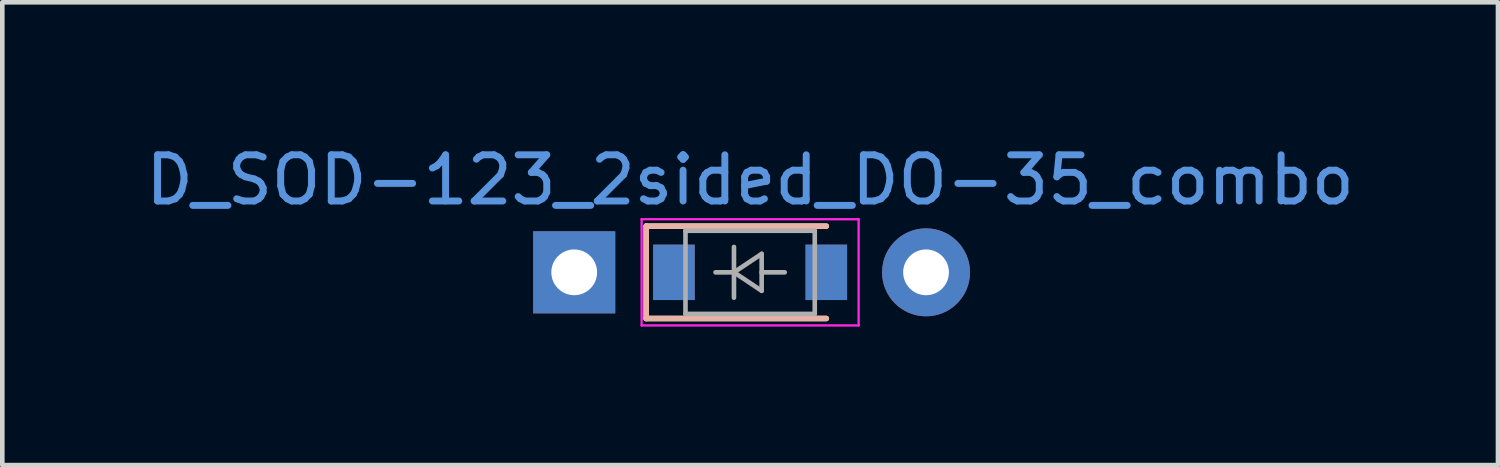
<source format=kicad_pcb>
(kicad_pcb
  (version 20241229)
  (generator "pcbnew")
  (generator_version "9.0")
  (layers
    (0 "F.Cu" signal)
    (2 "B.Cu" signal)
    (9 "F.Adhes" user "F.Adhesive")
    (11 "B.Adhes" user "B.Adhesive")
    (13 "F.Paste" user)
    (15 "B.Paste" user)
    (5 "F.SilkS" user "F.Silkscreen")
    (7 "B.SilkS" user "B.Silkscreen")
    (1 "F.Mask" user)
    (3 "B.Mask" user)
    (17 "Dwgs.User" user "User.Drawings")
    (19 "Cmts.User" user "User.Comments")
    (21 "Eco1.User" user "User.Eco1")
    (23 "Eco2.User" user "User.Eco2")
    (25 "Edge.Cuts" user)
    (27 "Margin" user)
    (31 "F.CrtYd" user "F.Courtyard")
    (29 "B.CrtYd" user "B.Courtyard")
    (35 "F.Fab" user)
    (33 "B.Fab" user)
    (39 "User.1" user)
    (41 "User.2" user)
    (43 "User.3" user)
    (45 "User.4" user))
  (footprint "D_SOD-123_2sided_DO-35_combo"
    (layer "F.Cu")
    (at 13.196 2.848)
    (property "Reference" "D_SOD-123_2sided_DO-35_combo" (at 0 -2 0) (layer "Cmts.User") (effects (font (size 1 1) (thickness 0.15))))
    (attr smd)
    (fp_line (start -2.25 -1) (end -2.25 1) (stroke (width 0.12) (type solid)) (layer "F.SilkS"))
    (fp_line (start -2.25 -1) (end 1.65 -1) (stroke (width 0.12) (type solid)) (layer "F.SilkS"))
    (fp_line (start -2.25 1) (end 1.65 1) (stroke (width 0.12) (type solid)) (layer "F.SilkS"))
    (fp_line (start -2.25 -1) (end -2.25 1) (stroke (width 0.12) (type solid)) (layer "B.SilkS"))
    (fp_line (start -2.25 -1) (end 1.65 -1) (stroke (width 0.12) (type solid)) (layer "B.SilkS"))
    (fp_line (start -2.25 1) (end 1.65 1) (stroke (width 0.12) (type solid)) (layer "B.SilkS"))
    (fp_line (start -2.35 -1.15) (end -2.35 1.15) (stroke (width 0.05) (type solid)) (layer "F.CrtYd"))
    (fp_line (start -2.35 -1.15) (end 2.35 -1.15) (stroke (width 0.05) (type solid)) (layer "F.CrtYd"))
    (fp_line (start 2.35 -1.15) (end 2.35 1.15) (stroke (width 0.05) (type solid)) (layer "F.CrtYd"))
    (fp_line (start 2.35 1.15) (end -2.35 1.15) (stroke (width 0.05) (type solid)) (layer "F.CrtYd"))
    (fp_line (start -1.4 -0.9) (end 1.4 -0.9) (stroke (width 0.1) (type solid)) (layer "F.Fab"))
    (fp_line (start -1.4 0.9) (end -1.4 -0.9) (stroke (width 0.1) (type solid)) (layer "F.Fab"))
    (fp_line (start -0.75 0) (end -0.35 0) (stroke (width 0.1) (type solid)) (layer "F.Fab"))
    (fp_line (start -0.35 0) (end -0.35 -0.55) (stroke (width 0.1) (type solid)) (layer "F.Fab"))
    (fp_line (start -0.35 0) (end -0.35 0.55) (stroke (width 0.1) (type solid)) (layer "F.Fab"))
    (fp_line (start -0.35 0) (end 0.25 -0.4) (stroke (width 0.1) (type solid)) (layer "F.Fab"))
    (fp_line (start 0.25 -0.4) (end 0.25 0.4) (stroke (width 0.1) (type solid)) (layer "F.Fab"))
    (fp_line (start 0.25 0) (end 0.75 0) (stroke (width 0.1) (type solid)) (layer "F.Fab"))
    (fp_line (start 0.25 0.4) (end -0.35 0) (stroke (width 0.1) (type solid)) (layer "F.Fab"))
    (fp_line (start 1.4 -0.9) (end 1.4 0.9) (stroke (width 0.1) (type solid)) (layer "F.Fab"))
    (fp_line (start 1.4 0.9) (end -1.4 0.9) (stroke (width 0.1) (type solid)) (layer "F.Fab"))
    (pad "1" thru_hole rect (at -3.81 0) (size 1.778 1.778) (drill 0.991) (layers "*.Cu" "*.Mask"))
    (pad "1" smd rect (at -1.65 0) (size 0.9 1.2) (layers "F.Cu" "F.Mask" "F.Paste"))
    (pad "1" smd rect (at -1.65 0) (size 0.9 1.2) (layers "B.Cu" "B.Mask" "B.Paste"))
    (pad "2" smd rect (at 1.65 0) (size 0.9 1.2) (layers "F.Cu" "F.Mask" "F.Paste"))
    (pad "2" smd rect (at 1.65 0) (size 0.9 1.2) (layers "B.Cu" "B.Mask" "B.Paste"))
    (pad "2" thru_hole circle (at 3.81 0) (size 1.905 1.905) (drill 0.991) (layers "*.Cu" "*.Mask")))
  (gr_rect
    (start -3 -3)
    (end 29.393 7.023)
    (stroke (width 0.1) (type default))
    (fill no)
    (layer "Edge.Cuts")))
</source>
